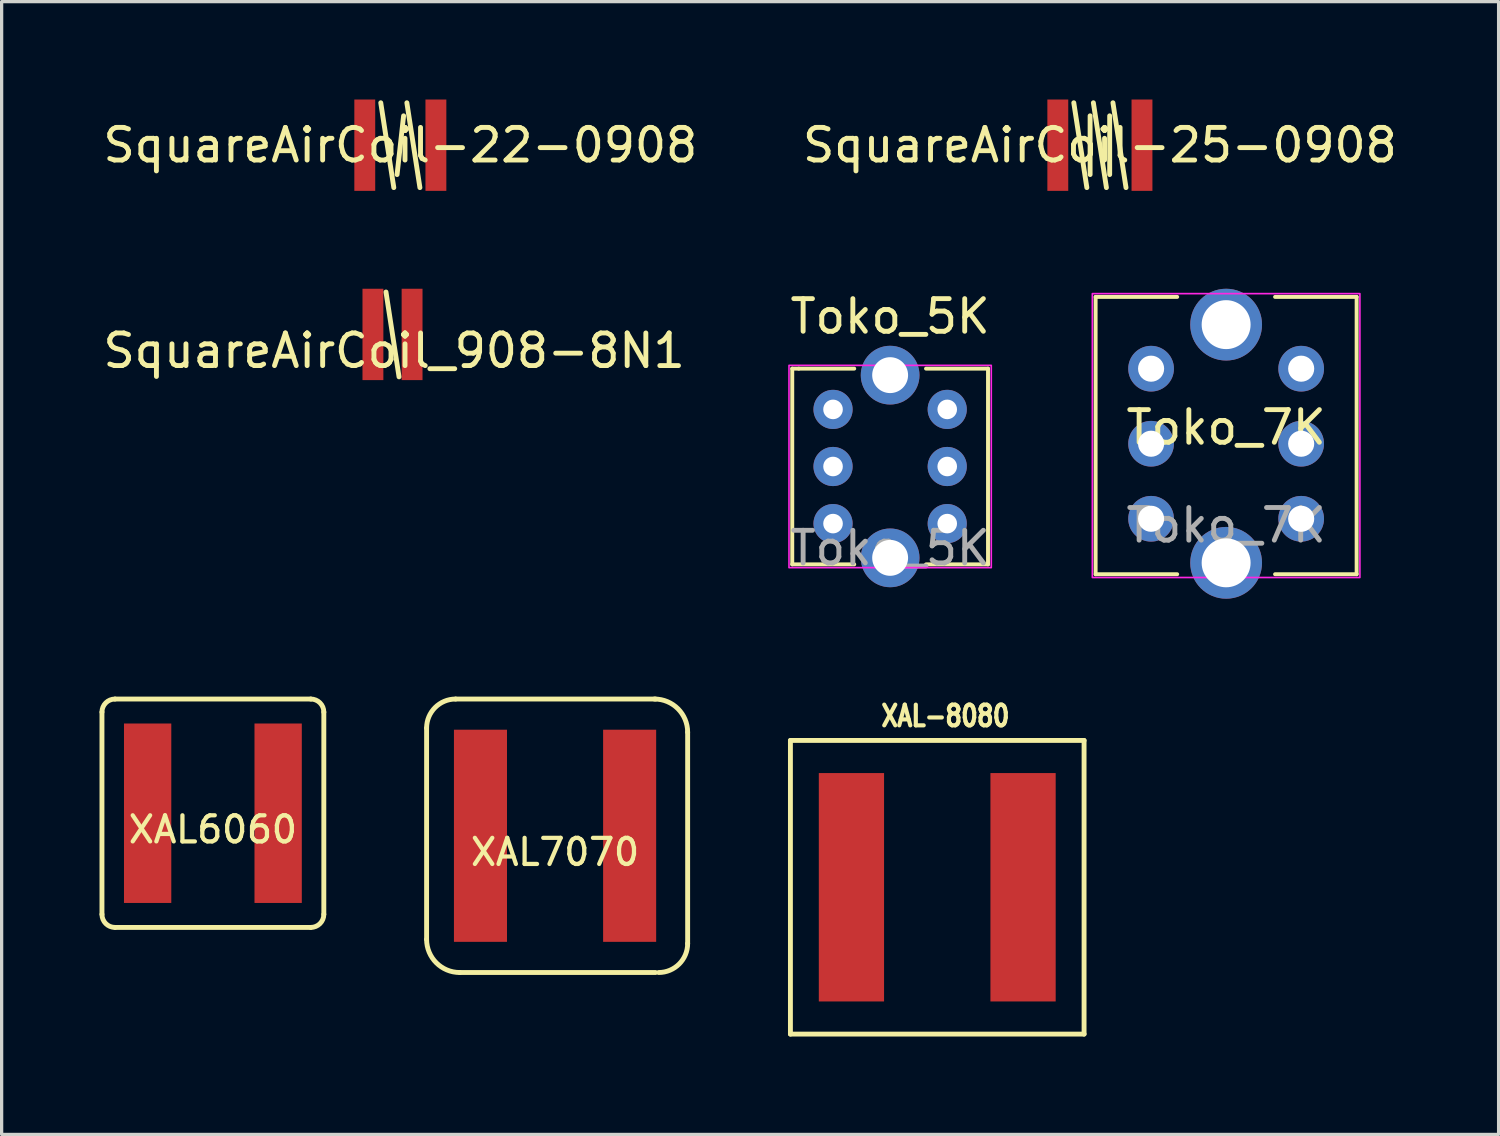
<source format=kicad_pcb>
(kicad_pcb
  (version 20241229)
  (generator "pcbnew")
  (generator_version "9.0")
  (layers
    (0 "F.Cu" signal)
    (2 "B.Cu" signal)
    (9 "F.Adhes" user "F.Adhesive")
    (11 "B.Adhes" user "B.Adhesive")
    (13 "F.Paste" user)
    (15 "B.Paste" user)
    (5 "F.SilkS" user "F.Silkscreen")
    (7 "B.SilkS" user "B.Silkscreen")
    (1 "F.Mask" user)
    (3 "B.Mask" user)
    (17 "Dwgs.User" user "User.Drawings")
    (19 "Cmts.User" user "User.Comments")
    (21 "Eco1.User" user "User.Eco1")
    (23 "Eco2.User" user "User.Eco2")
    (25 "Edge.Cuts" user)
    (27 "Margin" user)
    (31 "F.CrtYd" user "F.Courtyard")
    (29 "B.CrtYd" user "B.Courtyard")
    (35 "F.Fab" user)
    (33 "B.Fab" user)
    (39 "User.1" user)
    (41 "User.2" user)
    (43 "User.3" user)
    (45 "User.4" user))
  (footprint "SquareAirCoil_908-8N1"
    (layer "F.Cu")
    (at 8.98 7.2)
    (property "Reference" "SquareAirCoil_908-8N1" (at 0.05 0.5 0) (layer "F.SilkS") (effects (font (size 1 1) (thickness 0.15))))
    (attr smd)
    (fp_line (start -0.2 -1.3) (end 0.2 1.3) (stroke (width 0.15) (type solid)) (layer "F.SilkS"))
    (pad "1" smd rect (at -0.6 0) (size 0.64 2.8) (layers "F.Cu" "F.Mask" "F.Paste"))
    (pad "2" smd rect (at 0.6 0) (size 0.64 2.8) (layers "F.Cu" "F.Mask" "F.Paste")))
  (footprint "Toko_7K"
    (layer "F.Cu")
    (at 34.53 10.55)
    (property "Reference" "Toko_7K" (at 0 -0.5 0) (unlocked yes) (layer "F.SilkS") (effects (font (size 1 1) (thickness 0.15))))
    (attr smd)
    (fp_line (start -4 -4.5) (end -1.5 -4.5) (stroke (width 0.12) (type solid)) (layer "F.SilkS"))
    (fp_line (start -4 4) (end -4 -4.5) (stroke (width 0.12) (type solid)) (layer "F.SilkS"))
    (fp_line (start -1.5 4) (end -4 4) (stroke (width 0.12) (type solid)) (layer "F.SilkS"))
    (fp_line (start 1.5 -4.5) (end 4 -4.5) (stroke (width 0.12) (type solid)) (layer "F.SilkS"))
    (fp_line (start 4 -4.5) (end 4 4) (stroke (width 0.12) (type solid)) (layer "F.SilkS"))
    (fp_line (start 4 4) (end 1.5 4) (stroke (width 0.12) (type solid)) (layer "F.SilkS"))
    (fp_rect (start -4.1 -4.6) (end 4.1 4.1) (stroke (width 0.05) (type solid)) (fill no) (layer "F.CrtYd"))
    (fp_text user "${REFERENCE}" (at 0 2.5 0) (unlocked yes) (layer "F.Fab") (effects (font (size 1 1) (thickness 0.15))))
    (pad "1" thru_hole circle (at -2.3 -2.3) (size 1.4 1.4) (drill 0.8) (layers "*.Cu" "*.Mask"))
    (pad "2" thru_hole circle (at -2.3 0) (size 1.4 1.4) (drill 0.8) (layers "*.Cu" "*.Mask"))
    (pad "3" thru_hole circle (at -2.3 2.3) (size 1.4 1.4) (drill 0.8) (layers "*.Cu" "*.Mask"))
    (pad "4" thru_hole circle (at 2.3 2.3) (size 1.4 1.4) (drill 0.8) (layers "*.Cu" "*.Mask"))
    (pad "5" thru_hole circle (at 2.3 0) (size 1.4 1.4) (drill 0.8) (layers "*.Cu" "*.Mask"))
    (pad "6" thru_hole circle (at 2.3 -2.3) (size 1.4 1.4) (drill 0.8) (layers "*.Cu" "*.Mask"))
    (pad "7" thru_hole circle (at 0 -3.65) (size 2.2 2.2) (drill 1.5) (layers "*.Cu" "*.Mask"))
    (pad "8" thru_hole circle (at 0 3.65) (size 2.2 2.2) (drill 1.5) (layers "*.Cu" "*.Mask")))
  (footprint "XAL-8080"
    (layer "F.Cu")
    (at 25.676 24.144)
    (property "Reference" "XAL-8080" (at 0.25 -5.25 0) (layer "F.SilkS") (effects (font (size 0.635 0.508) (thickness 0.127))))
    (attr through_hole)
    (fp_line (start -4.5 -4.5) (end 4.5 -4.5) (stroke (width 0.15) (type solid)) (layer "F.SilkS"))
    (fp_line (start -4.5 4.5) (end -4.5 -4.5) (stroke (width 0.15) (type solid)) (layer "F.SilkS"))
    (fp_line (start 4.5 -4.5) (end 4.5 4.5) (stroke (width 0.15) (type solid)) (layer "F.SilkS"))
    (fp_line (start 4.5 4.5) (end -4.5 4.5) (stroke (width 0.15) (type solid)) (layer "F.SilkS"))
    (pad "1" smd rect (at -2.63 0) (size 2 7) (layers "F.Cu" "F.Mask" "F.Paste"))
    (pad "2" smd rect (at 2.63 0) (size 2 7) (layers "F.Cu" "F.Mask" "F.Paste")))
  (footprint "SquareAirCoil-22-0908"
    (layer "F.Cu")
    (at 9.22 1.4)
    (property "Reference" "SquareAirCoil-22-0908" (at 0 0 0) (layer "F.SilkS") (effects (font (size 1 1) (thickness 0.15))))
    (attr through_hole)
    (fp_line (start -0.6 -1.3) (end -0.2 1.3) (stroke (width 0.15) (type solid)) (layer "F.SilkS"))
    (fp_line (start -0.1 0.9) (end 0.1 -0.9) (stroke (width 0.15) (type solid)) (layer "F.SilkS"))
    (fp_line (start 0.2 -1.3) (end 0.6 1.3) (stroke (width 0.15) (type solid)) (layer "F.SilkS"))
    (pad "1" smd rect (at -1.09 0) (size 0.64 2.8) (layers "F.Cu" "F.Mask" "F.Paste"))
    (pad "2" smd rect (at 1.09 0) (size 0.64 2.8) (layers "F.Cu" "F.Mask" "F.Paste")))
  (footprint "SquareAirCoil-25-0908"
    (layer "F.Cu")
    (at 30.661 1.4)
    (property "Reference" "SquareAirCoil-25-0908" (at 0 0 0) (layer "F.SilkS") (effects (font (size 1 1) (thickness 0.15))))
    (attr through_hole)
    (fp_line (start -0.8 -1.3) (end -0.4 1.3) (stroke (width 0.15) (type solid)) (layer "F.SilkS"))
    (fp_line (start -0.3 -0.9) (end -0.3 0.9) (stroke (width 0.15) (type solid)) (layer "F.SilkS"))
    (fp_line (start -0.2 -1.3) (end 0.2 1.3) (stroke (width 0.15) (type solid)) (layer "F.SilkS"))
    (fp_line (start 0.3 -0.9) (end 0.3 0.9) (stroke (width 0.15) (type solid)) (layer "F.SilkS"))
    (fp_line (start 0.4 -1.3) (end 0.8 1.3) (stroke (width 0.15) (type solid)) (layer "F.SilkS"))
    (pad "1" smd rect (at -1.29 0) (size 0.64 2.8) (layers "F.Cu" "F.Mask" "F.Paste"))
    (pad "2" smd rect (at 1.29 0) (size 0.64 2.8) (layers "F.Cu" "F.Mask" "F.Paste")))
  (footprint "XAL7070"
    (layer "F.Cu")
    (at 13.962 22.566)
    (property "Reference" "XAL7070" (at 0 0.5 0) (layer "F.SilkS") (effects (font (size 0.8 0.8) (thickness 0.13))))
    (attr through_hole)
    (fp_line (start -3.937 -3.302) (end -3.937 3.175) (stroke (width 0.15) (type solid)) (layer "F.SilkS"))
    (fp_line (start -2.921 4.191) (end 3.079 4.191) (stroke (width 0.15) (type solid)) (layer "F.SilkS"))
    (fp_line (start 3.079 -4.191) (end -3.048 -4.191) (stroke (width 0.15) (type solid)) (layer "F.SilkS"))
    (fp_line (start 4.064 3.302) (end 4.064 -3.175) (stroke (width 0.15) (type solid)) (layer "F.SilkS"))
    (fp_arc (start -3.937 -3.302) (mid -3.676618 -3.930618) (end -3.048 -4.191) (stroke (width 0.15) (type solid)) (layer "F.SilkS"))
    (fp_arc (start -2.921 4.191) (mid -3.63942 3.89342) (end -3.937 3.175) (stroke (width 0.15) (type solid)) (layer "F.SilkS"))
    (fp_arc (start 3.048 -4.191) (mid 3.76642 -3.89342) (end 4.064 -3.175) (stroke (width 0.15) (type solid)) (layer "F.SilkS"))
    (fp_arc (start 4.064 3.302) (mid 3.803618 3.930618) (end 3.175 4.191) (stroke (width 0.15) (type solid)) (layer "F.SilkS"))
    (pad "1" smd rect (at -2.286 0) (size 1.626 6.502) (layers "F.Cu" "F.Mask" "F.Paste"))
    (pad "2" smd rect (at 2.286 0) (size 1.626 6.502) (layers "F.Cu" "F.Mask" "F.Paste")))
  (footprint "XAL6060"
    (layer "F.Cu")
    (at 3.475 21.875)
    (property "Reference" "XAL6060" (at 0 0.5 0) (layer "F.SilkS") (effects (font (size 0.8 0.8) (thickness 0.13))))
    (attr through_hole)
    (fp_line (start -3.4 -3.1) (end -3.4 3.1) (stroke (width 0.15) (type solid)) (layer "F.SilkS"))
    (fp_line (start -3 3.5) (end 3 3.5) (stroke (width 0.15) (type solid)) (layer "F.SilkS"))
    (fp_line (start 3 -3.5) (end -3 -3.5) (stroke (width 0.15) (type solid)) (layer "F.SilkS"))
    (fp_line (start 3.4 3.1) (end 3.4 -3.1) (stroke (width 0.15) (type solid)) (layer "F.SilkS"))
    (fp_arc (start -3.4 -3.1) (mid -3.282843 -3.382843) (end -3 -3.5) (stroke (width 0.15) (type solid)) (layer "F.SilkS"))
    (fp_arc (start -3 3.5) (mid -3.282843 3.382843) (end -3.4 3.1) (stroke (width 0.15) (type solid)) (layer "F.SilkS"))
    (fp_arc (start 3 -3.5) (mid 3.282843 -3.382843) (end 3.4 -3.1) (stroke (width 0.15) (type solid)) (layer "F.SilkS"))
    (fp_arc (start 3.4 3.1) (mid 3.282843 3.382843) (end 3 3.5) (stroke (width 0.15) (type solid)) (layer "F.SilkS"))
    (pad "1" smd rect (at -2 0) (size 1.45 5.5) (layers "F.Cu" "F.Mask" "F.Paste"))
    (pad "2" smd rect (at 2 0) (size 1.45 5.5) (layers "F.Cu" "F.Mask" "F.Paste")))
  (footprint "Toko_5K"
    (layer "F.Cu")
    (at 24.232 11.248)
    (property "Reference" "Toko_5K" (at 0 -4.6 0) (unlocked yes) (layer "F.SilkS") (effects (font (size 1 1) (thickness 0.15))))
    (attr through_hole)
    (fp_line (start -3 -3) (end -3 3) (stroke (width 0.12) (type solid)) (layer "F.SilkS"))
    (fp_line (start -3 3) (end -1.1 3) (stroke (width 0.12) (type solid)) (layer "F.SilkS"))
    (fp_line (start -2.8 -3) (end -3 -3) (stroke (width 0.12) (type solid)) (layer "F.SilkS"))
    (fp_line (start -1.1 -3) (end -2.8 -3) (stroke (width 0.12) (type solid)) (layer "F.SilkS"))
    (fp_line (start 1.1 3) (end 3 3) (stroke (width 0.12) (type solid)) (layer "F.SilkS"))
    (fp_line (start 3 -3) (end 1.1 -3) (stroke (width 0.12) (type solid)) (layer "F.SilkS"))
    (fp_line (start 3 3) (end 3 -3) (stroke (width 0.12) (type solid)) (layer "F.SilkS"))
    (fp_rect (start -3.1 -3.1) (end 3.1 3.1) (stroke (width 0.05) (type solid)) (fill no) (layer "F.CrtYd"))
    (fp_text user "${REFERENCE}" (at 0 2.5 0) (unlocked yes) (layer "F.Fab") (effects (font (size 1 1) (thickness 0.15))))
    (pad "1" thru_hole circle (at -1.75 -1.75) (size 1.2 1.2) (drill 0.6) (layers "*.Cu" "*.Mask"))
    (pad "2" thru_hole circle (at -1.75 0) (size 1.2 1.2) (drill 0.6) (layers "*.Cu" "*.Mask"))
    (pad "3" thru_hole circle (at -1.75 1.75) (size 1.2 1.2) (drill 0.6) (layers "*.Cu" "*.Mask"))
    (pad "4" thru_hole circle (at 1.75 1.75) (size 1.2 1.2) (drill 0.6) (layers "*.Cu" "*.Mask"))
    (pad "5" thru_hole circle (at 1.75 0) (size 1.2 1.2) (drill 0.6) (layers "*.Cu" "*.Mask"))
    (pad "6" thru_hole circle (at 1.75 -1.75) (size 1.2 1.2) (drill 0.6) (layers "*.Cu" "*.Mask"))
    (pad "7" thru_hole circle (at 0 -2.8) (size 1.8 1.8) (drill 1.1) (layers "*.Cu" "*.Mask"))
    (pad "8" thru_hole circle (at 0 2.8) (size 1.8 1.8) (drill 1.1) (layers "*.Cu" "*.Mask")))
  (gr_rect
    (start -3 -3)
    (end 42.881 31.719)
    (stroke (width 0.1) (type default))
    (fill no)
    (layer "Edge.Cuts")))
</source>
